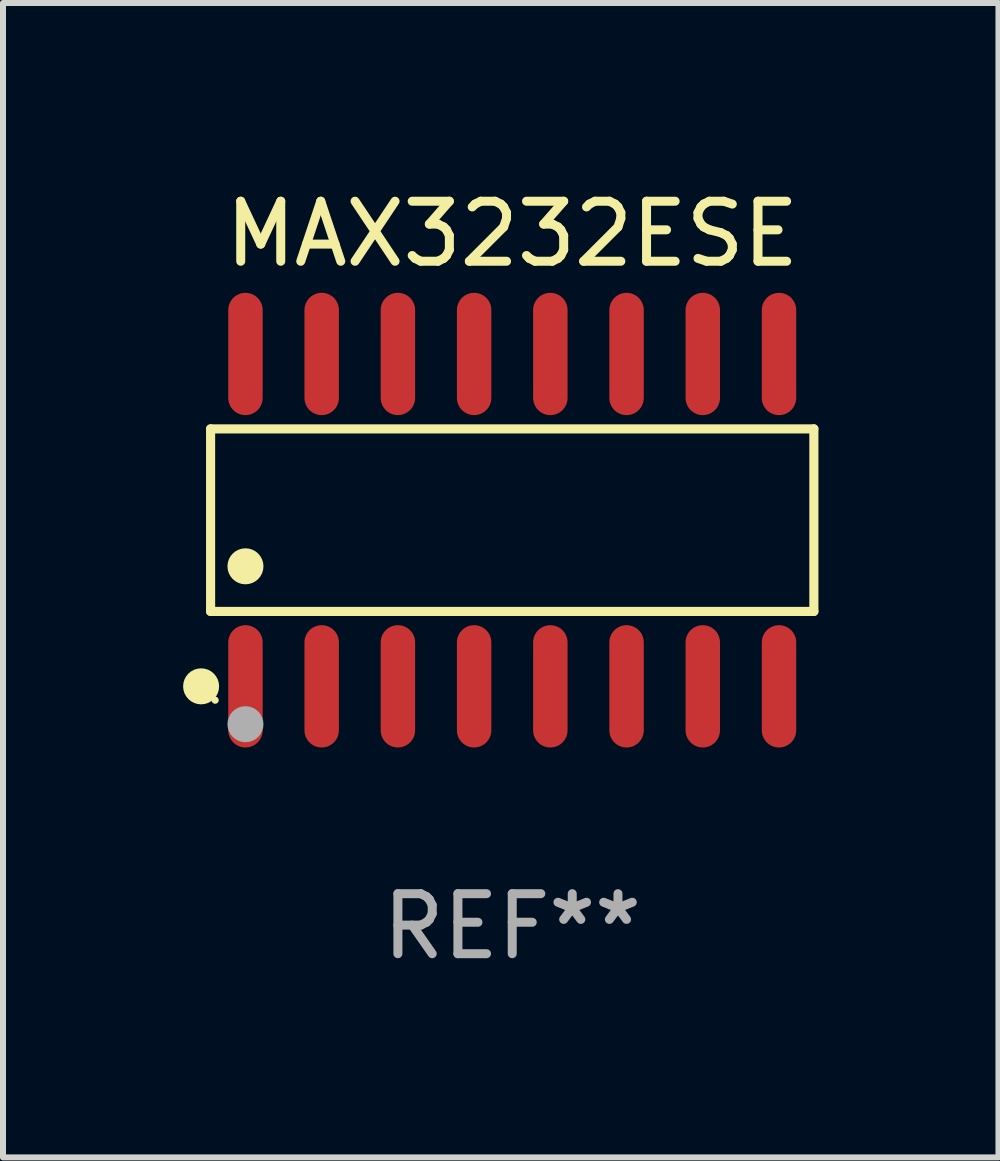
<source format=kicad_pcb>
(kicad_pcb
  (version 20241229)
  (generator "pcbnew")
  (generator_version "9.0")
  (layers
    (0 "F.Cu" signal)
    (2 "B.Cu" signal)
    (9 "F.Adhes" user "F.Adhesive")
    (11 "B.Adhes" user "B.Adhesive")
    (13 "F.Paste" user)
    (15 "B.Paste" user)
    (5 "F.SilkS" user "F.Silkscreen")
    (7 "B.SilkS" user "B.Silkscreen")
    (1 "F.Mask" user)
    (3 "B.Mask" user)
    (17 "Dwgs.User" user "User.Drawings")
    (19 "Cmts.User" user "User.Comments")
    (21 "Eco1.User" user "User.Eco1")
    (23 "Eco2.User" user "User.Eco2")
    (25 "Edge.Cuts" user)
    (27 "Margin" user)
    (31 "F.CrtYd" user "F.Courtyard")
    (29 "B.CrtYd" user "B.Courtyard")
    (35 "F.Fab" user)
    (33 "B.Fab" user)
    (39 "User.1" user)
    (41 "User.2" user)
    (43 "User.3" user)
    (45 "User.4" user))
  (footprint "MAX3232ESE"
    (layer "F.Cu")
    (at 5.485 5.617)
    (property "Reference" "MAX3232ESE" (at 0 -4.769 0) (layer "F.SilkS") (effects (font (size 1 1) (thickness 0.15))))
    (attr through_hole)
    (fp_line (start -5.026 -1.521) (end 5.026 -1.521) (stroke (width 0.152) (type solid)) (layer "F.SilkS"))
    (fp_line (start -5.026 1.521) (end -5.026 -1.521) (stroke (width 0.152) (type solid)) (layer "F.SilkS"))
    (fp_line (start 5.026 -1.521) (end 5.026 1.521) (stroke (width 0.152) (type solid)) (layer "F.SilkS"))
    (fp_line (start 5.026 1.521) (end -5.026 1.521) (stroke (width 0.152) (type solid)) (layer "F.SilkS"))
    (fp_circle (center -5.184 2.769) (end -5.034 2.769) (stroke (width 0.3) (type solid)) (fill no) (layer "F.SilkS"))
    (fp_circle (center -4.95 3) (end -4.92 3) (stroke (width 0.06) (type solid)) (fill no) (layer "F.SilkS"))
    (fp_circle (center -4.445 0.769) (end -4.295 0.769) (stroke (width 0.3) (type solid)) (fill no) (layer "F.SilkS"))
    (fp_circle (center -4.445 3.4) (end -4.295 3.4) (stroke (width 0.3) (type solid)) (fill no) (layer "F.Fab"))
    (fp_text user "REF**" (at 0 6.769 0) (layer "F.Fab") (effects (font (size 1 1) (thickness 0.15))))
    (pad "1" smd oval (at -4.445 2.769) (size 0.574 2.038) (layers "F.Cu" "F.Mask" "F.Paste"))
    (pad "2" smd oval (at -3.175 2.769) (size 0.574 2.038) (layers "F.Cu" "F.Mask" "F.Paste"))
    (pad "3" smd oval (at -1.905 2.769) (size 0.574 2.038) (layers "F.Cu" "F.Mask" "F.Paste"))
    (pad "4" smd oval (at -0.635 2.769) (size 0.574 2.038) (layers "F.Cu" "F.Mask" "F.Paste"))
    (pad "5" smd oval (at 0.635 2.769) (size 0.574 2.038) (layers "F.Cu" "F.Mask" "F.Paste"))
    (pad "6" smd oval (at 1.905 2.769) (size 0.574 2.038) (layers "F.Cu" "F.Mask" "F.Paste"))
    (pad "7" smd oval (at 3.175 2.769) (size 0.574 2.038) (layers "F.Cu" "F.Mask" "F.Paste"))
    (pad "8" smd oval (at 4.445 2.769) (size 0.574 2.038) (layers "F.Cu" "F.Mask" "F.Paste"))
    (pad "9" smd oval (at 4.445 -2.769) (size 0.574 2.038) (layers "F.Cu" "F.Mask" "F.Paste"))
    (pad "10" smd oval (at 3.175 -2.769) (size 0.574 2.038) (layers "F.Cu" "F.Mask" "F.Paste"))
    (pad "11" smd oval (at 1.905 -2.769) (size 0.574 2.038) (layers "F.Cu" "F.Mask" "F.Paste"))
    (pad "12" smd oval (at 0.635 -2.769) (size 0.574 2.038) (layers "F.Cu" "F.Mask" "F.Paste"))
    (pad "13" smd oval (at -0.635 -2.769) (size 0.574 2.038) (layers "F.Cu" "F.Mask" "F.Paste"))
    (pad "14" smd oval (at -1.905 -2.769) (size 0.574 2.038) (layers "F.Cu" "F.Mask" "F.Paste"))
    (pad "15" smd oval (at -3.175 -2.769) (size 0.574 2.038) (layers "F.Cu" "F.Mask" "F.Paste"))
    (pad "16" smd oval (at -4.445 -2.769) (size 0.574 2.038) (layers "F.Cu" "F.Mask" "F.Paste")))
  (gr_rect
    (start -3 -3)
    (end 13.587 16.235)
    (stroke (width 0.1) (type default))
    (fill no)
    (layer "Edge.Cuts")))
</source>
